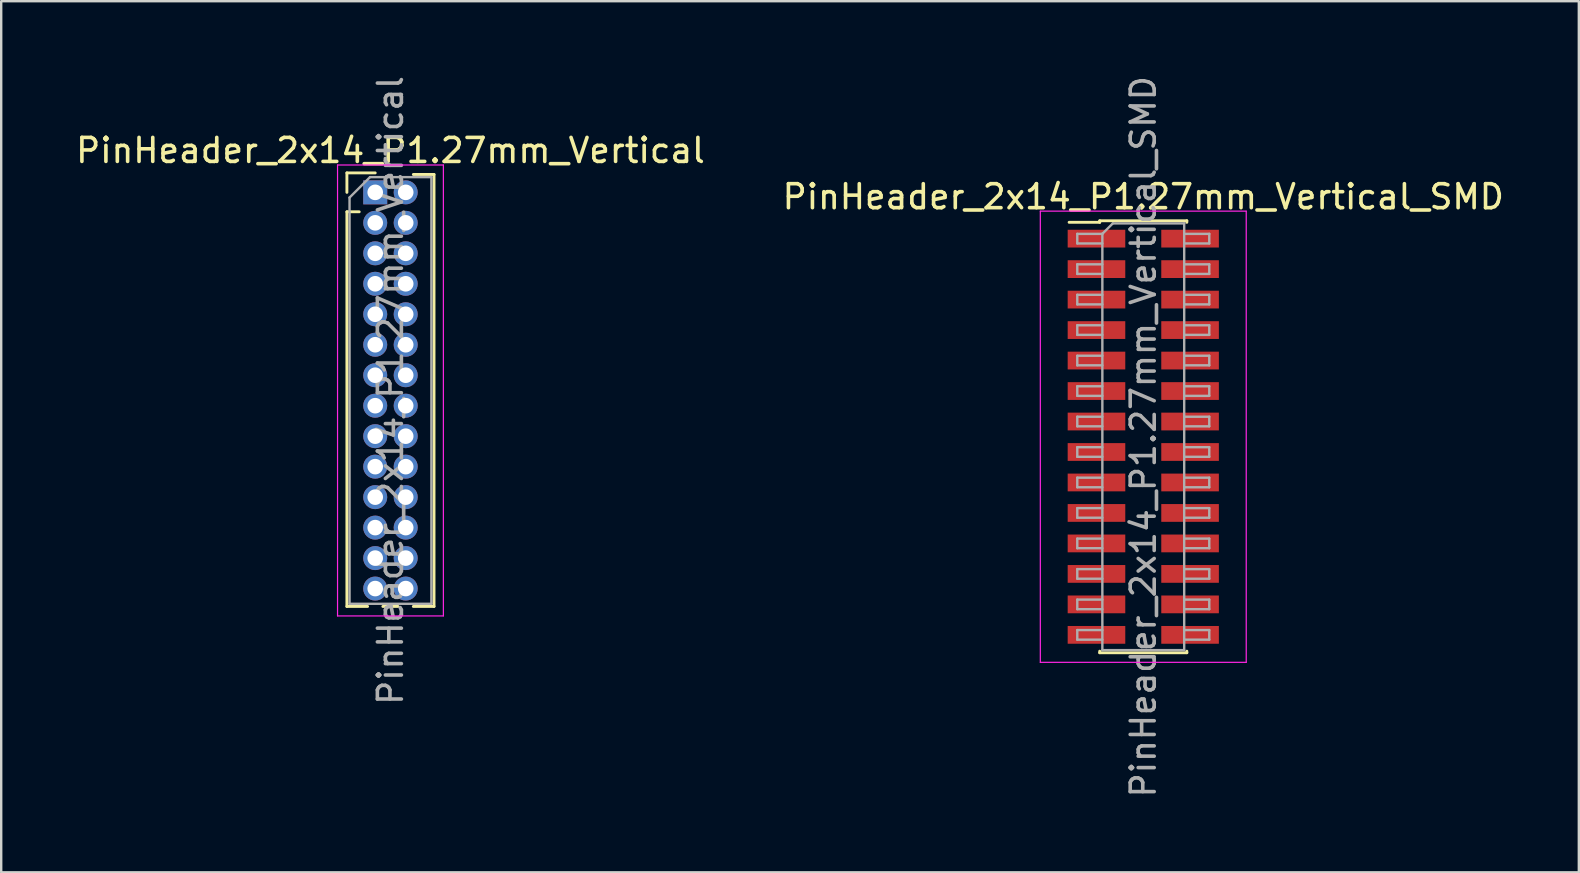
<source format=kicad_pcb>
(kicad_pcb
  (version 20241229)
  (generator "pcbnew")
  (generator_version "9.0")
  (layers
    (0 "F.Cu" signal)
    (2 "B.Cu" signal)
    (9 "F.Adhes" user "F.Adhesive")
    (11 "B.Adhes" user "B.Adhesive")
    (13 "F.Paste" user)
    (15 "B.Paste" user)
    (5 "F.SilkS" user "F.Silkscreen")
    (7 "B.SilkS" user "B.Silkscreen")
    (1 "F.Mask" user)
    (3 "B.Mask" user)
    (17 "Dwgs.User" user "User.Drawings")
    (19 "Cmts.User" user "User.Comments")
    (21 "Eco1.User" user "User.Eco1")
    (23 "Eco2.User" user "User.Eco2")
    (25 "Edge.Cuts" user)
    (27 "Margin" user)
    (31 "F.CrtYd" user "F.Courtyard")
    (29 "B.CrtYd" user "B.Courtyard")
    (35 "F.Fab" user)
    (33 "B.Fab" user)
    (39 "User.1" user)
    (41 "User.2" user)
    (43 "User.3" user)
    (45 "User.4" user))
  (footprint "PinHeader_2x14_P1.27mm_Vertical_SMD"
    (layer "F.Cu")
    (at 44.589 15.149)
    (property "Reference" "PinHeader_2x14_P1.27mm_Vertical_SMD" (at 0 -10 0) (layer "F.SilkS") (effects (font (size 1 1) (thickness 0.15))))
    (attr smd)
    (fp_line (start -3.09 -8.935) (end -1.815 -8.935) (stroke (width 0.12) (type solid)) (layer "F.SilkS"))
    (fp_line (start -1.815 -9) (end -1.815 -8.935) (stroke (width 0.12) (type solid)) (layer "F.SilkS"))
    (fp_line (start -1.815 -9) (end 1.815 -9) (stroke (width 0.12) (type solid)) (layer "F.SilkS"))
    (fp_line (start -1.815 8.935) (end -1.815 9) (stroke (width 0.12) (type solid)) (layer "F.SilkS"))
    (fp_line (start -1.815 9) (end 1.815 9) (stroke (width 0.12) (type solid)) (layer "F.SilkS"))
    (fp_line (start 1.815 -9) (end 1.815 -8.935) (stroke (width 0.12) (type solid)) (layer "F.SilkS"))
    (fp_line (start 1.815 8.935) (end 1.815 9) (stroke (width 0.12) (type solid)) (layer "F.SilkS"))
    (fp_line (start -4.29 -9.4) (end -4.29 9.4) (stroke (width 0.05) (type solid)) (layer "F.CrtYd"))
    (fp_line (start -4.29 9.4) (end 4.29 9.4) (stroke (width 0.05) (type solid)) (layer "F.CrtYd"))
    (fp_line (start 4.29 -9.4) (end -4.29 -9.4) (stroke (width 0.05) (type solid)) (layer "F.CrtYd"))
    (fp_line (start 4.29 9.4) (end 4.29 -9.4) (stroke (width 0.05) (type solid)) (layer "F.CrtYd"))
    (fp_line (start -2.75 -8.455) (end -2.75 -8.055) (stroke (width 0.1) (type solid)) (layer "F.Fab"))
    (fp_line (start -2.75 -8.055) (end -1.705 -8.055) (stroke (width 0.1) (type solid)) (layer "F.Fab"))
    (fp_line (start -2.75 -7.185) (end -2.75 -6.785) (stroke (width 0.1) (type solid)) (layer "F.Fab"))
    (fp_line (start -2.75 -6.785) (end -1.705 -6.785) (stroke (width 0.1) (type solid)) (layer "F.Fab"))
    (fp_line (start -2.75 -5.915) (end -2.75 -5.515) (stroke (width 0.1) (type solid)) (layer "F.Fab"))
    (fp_line (start -2.75 -5.515) (end -1.705 -5.515) (stroke (width 0.1) (type solid)) (layer "F.Fab"))
    (fp_line (start -2.75 -4.645) (end -2.75 -4.245) (stroke (width 0.1) (type solid)) (layer "F.Fab"))
    (fp_line (start -2.75 -4.245) (end -1.705 -4.245) (stroke (width 0.1) (type solid)) (layer "F.Fab"))
    (fp_line (start -2.75 -3.375) (end -2.75 -2.975) (stroke (width 0.1) (type solid)) (layer "F.Fab"))
    (fp_line (start -2.75 -2.975) (end -1.705 -2.975) (stroke (width 0.1) (type solid)) (layer "F.Fab"))
    (fp_line (start -2.75 -2.105) (end -2.75 -1.705) (stroke (width 0.1) (type solid)) (layer "F.Fab"))
    (fp_line (start -2.75 -1.705) (end -1.705 -1.705) (stroke (width 0.1) (type solid)) (layer "F.Fab"))
    (fp_line (start -2.75 -0.835) (end -2.75 -0.435) (stroke (width 0.1) (type solid)) (layer "F.Fab"))
    (fp_line (start -2.75 -0.435) (end -1.705 -0.435) (stroke (width 0.1) (type solid)) (layer "F.Fab"))
    (fp_line (start -2.75 0.435) (end -2.75 0.835) (stroke (width 0.1) (type solid)) (layer "F.Fab"))
    (fp_line (start -2.75 0.835) (end -1.705 0.835) (stroke (width 0.1) (type solid)) (layer "F.Fab"))
    (fp_line (start -2.75 1.705) (end -2.75 2.105) (stroke (width 0.1) (type solid)) (layer "F.Fab"))
    (fp_line (start -2.75 2.105) (end -1.705 2.105) (stroke (width 0.1) (type solid)) (layer "F.Fab"))
    (fp_line (start -2.75 2.975) (end -2.75 3.375) (stroke (width 0.1) (type solid)) (layer "F.Fab"))
    (fp_line (start -2.75 3.375) (end -1.705 3.375) (stroke (width 0.1) (type solid)) (layer "F.Fab"))
    (fp_line (start -2.75 4.245) (end -2.75 4.645) (stroke (width 0.1) (type solid)) (layer "F.Fab"))
    (fp_line (start -2.75 4.645) (end -1.705 4.645) (stroke (width 0.1) (type solid)) (layer "F.Fab"))
    (fp_line (start -2.75 5.515) (end -2.75 5.915) (stroke (width 0.1) (type solid)) (layer "F.Fab"))
    (fp_line (start -2.75 5.915) (end -1.705 5.915) (stroke (width 0.1) (type solid)) (layer "F.Fab"))
    (fp_line (start -2.75 6.785) (end -2.75 7.185) (stroke (width 0.1) (type solid)) (layer "F.Fab"))
    (fp_line (start -2.75 7.185) (end -1.705 7.185) (stroke (width 0.1) (type solid)) (layer "F.Fab"))
    (fp_line (start -2.75 8.055) (end -2.75 8.455) (stroke (width 0.1) (type solid)) (layer "F.Fab"))
    (fp_line (start -2.75 8.455) (end -1.705 8.455) (stroke (width 0.1) (type solid)) (layer "F.Fab"))
    (fp_line (start -1.705 -8.455) (end -2.75 -8.455) (stroke (width 0.1) (type solid)) (layer "F.Fab"))
    (fp_line (start -1.705 -8.455) (end -1.27 -8.89) (stroke (width 0.1) (type solid)) (layer "F.Fab"))
    (fp_line (start -1.705 -7.185) (end -2.75 -7.185) (stroke (width 0.1) (type solid)) (layer "F.Fab"))
    (fp_line (start -1.705 -5.915) (end -2.75 -5.915) (stroke (width 0.1) (type solid)) (layer "F.Fab"))
    (fp_line (start -1.705 -4.645) (end -2.75 -4.645) (stroke (width 0.1) (type solid)) (layer "F.Fab"))
    (fp_line (start -1.705 -3.375) (end -2.75 -3.375) (stroke (width 0.1) (type solid)) (layer "F.Fab"))
    (fp_line (start -1.705 -2.105) (end -2.75 -2.105) (stroke (width 0.1) (type solid)) (layer "F.Fab"))
    (fp_line (start -1.705 -0.835) (end -2.75 -0.835) (stroke (width 0.1) (type solid)) (layer "F.Fab"))
    (fp_line (start -1.705 0.435) (end -2.75 0.435) (stroke (width 0.1) (type solid)) (layer "F.Fab"))
    (fp_line (start -1.705 1.705) (end -2.75 1.705) (stroke (width 0.1) (type solid)) (layer "F.Fab"))
    (fp_line (start -1.705 2.975) (end -2.75 2.975) (stroke (width 0.1) (type solid)) (layer "F.Fab"))
    (fp_line (start -1.705 4.245) (end -2.75 4.245) (stroke (width 0.1) (type solid)) (layer "F.Fab"))
    (fp_line (start -1.705 5.515) (end -2.75 5.515) (stroke (width 0.1) (type solid)) (layer "F.Fab"))
    (fp_line (start -1.705 6.785) (end -2.75 6.785) (stroke (width 0.1) (type solid)) (layer "F.Fab"))
    (fp_line (start -1.705 8.055) (end -2.75 8.055) (stroke (width 0.1) (type solid)) (layer "F.Fab"))
    (fp_line (start -1.705 8.89) (end -1.705 -8.455) (stroke (width 0.1) (type solid)) (layer "F.Fab"))
    (fp_line (start -1.27 -8.89) (end 1.705 -8.89) (stroke (width 0.1) (type solid)) (layer "F.Fab"))
    (fp_line (start 1.705 -8.89) (end 1.705 8.89) (stroke (width 0.1) (type solid)) (layer "F.Fab"))
    (fp_line (start 1.705 -8.455) (end 2.75 -8.455) (stroke (width 0.1) (type solid)) (layer "F.Fab"))
    (fp_line (start 1.705 -7.185) (end 2.75 -7.185) (stroke (width 0.1) (type solid)) (layer "F.Fab"))
    (fp_line (start 1.705 -5.915) (end 2.75 -5.915) (stroke (width 0.1) (type solid)) (layer "F.Fab"))
    (fp_line (start 1.705 -4.645) (end 2.75 -4.645) (stroke (width 0.1) (type solid)) (layer "F.Fab"))
    (fp_line (start 1.705 -3.375) (end 2.75 -3.375) (stroke (width 0.1) (type solid)) (layer "F.Fab"))
    (fp_line (start 1.705 -2.105) (end 2.75 -2.105) (stroke (width 0.1) (type solid)) (layer "F.Fab"))
    (fp_line (start 1.705 -0.835) (end 2.75 -0.835) (stroke (width 0.1) (type solid)) (layer "F.Fab"))
    (fp_line (start 1.705 0.435) (end 2.75 0.435) (stroke (width 0.1) (type solid)) (layer "F.Fab"))
    (fp_line (start 1.705 1.705) (end 2.75 1.705) (stroke (width 0.1) (type solid)) (layer "F.Fab"))
    (fp_line (start 1.705 2.975) (end 2.75 2.975) (stroke (width 0.1) (type solid)) (layer "F.Fab"))
    (fp_line (start 1.705 4.245) (end 2.75 4.245) (stroke (width 0.1) (type solid)) (layer "F.Fab"))
    (fp_line (start 1.705 5.515) (end 2.75 5.515) (stroke (width 0.1) (type solid)) (layer "F.Fab"))
    (fp_line (start 1.705 6.785) (end 2.75 6.785) (stroke (width 0.1) (type solid)) (layer "F.Fab"))
    (fp_line (start 1.705 8.055) (end 2.75 8.055) (stroke (width 0.1) (type solid)) (layer "F.Fab"))
    (fp_line (start 1.705 8.89) (end -1.705 8.89) (stroke (width 0.1) (type solid)) (layer "F.Fab"))
    (fp_line (start 2.75 -8.455) (end 2.75 -8.055) (stroke (width 0.1) (type solid)) (layer "F.Fab"))
    (fp_line (start 2.75 -8.055) (end 1.705 -8.055) (stroke (width 0.1) (type solid)) (layer "F.Fab"))
    (fp_line (start 2.75 -7.185) (end 2.75 -6.785) (stroke (width 0.1) (type solid)) (layer "F.Fab"))
    (fp_line (start 2.75 -6.785) (end 1.705 -6.785) (stroke (width 0.1) (type solid)) (layer "F.Fab"))
    (fp_line (start 2.75 -5.915) (end 2.75 -5.515) (stroke (width 0.1) (type solid)) (layer "F.Fab"))
    (fp_line (start 2.75 -5.515) (end 1.705 -5.515) (stroke (width 0.1) (type solid)) (layer "F.Fab"))
    (fp_line (start 2.75 -4.645) (end 2.75 -4.245) (stroke (width 0.1) (type solid)) (layer "F.Fab"))
    (fp_line (start 2.75 -4.245) (end 1.705 -4.245) (stroke (width 0.1) (type solid)) (layer "F.Fab"))
    (fp_line (start 2.75 -3.375) (end 2.75 -2.975) (stroke (width 0.1) (type solid)) (layer "F.Fab"))
    (fp_line (start 2.75 -2.975) (end 1.705 -2.975) (stroke (width 0.1) (type solid)) (layer "F.Fab"))
    (fp_line (start 2.75 -2.105) (end 2.75 -1.705) (stroke (width 0.1) (type solid)) (layer "F.Fab"))
    (fp_line (start 2.75 -1.705) (end 1.705 -1.705) (stroke (width 0.1) (type solid)) (layer "F.Fab"))
    (fp_line (start 2.75 -0.835) (end 2.75 -0.435) (stroke (width 0.1) (type solid)) (layer "F.Fab"))
    (fp_line (start 2.75 -0.435) (end 1.705 -0.435) (stroke (width 0.1) (type solid)) (layer "F.Fab"))
    (fp_line (start 2.75 0.435) (end 2.75 0.835) (stroke (width 0.1) (type solid)) (layer "F.Fab"))
    (fp_line (start 2.75 0.835) (end 1.705 0.835) (stroke (width 0.1) (type solid)) (layer "F.Fab"))
    (fp_line (start 2.75 1.705) (end 2.75 2.105) (stroke (width 0.1) (type solid)) (layer "F.Fab"))
    (fp_line (start 2.75 2.105) (end 1.705 2.105) (stroke (width 0.1) (type solid)) (layer "F.Fab"))
    (fp_line (start 2.75 2.975) (end 2.75 3.375) (stroke (width 0.1) (type solid)) (layer "F.Fab"))
    (fp_line (start 2.75 3.375) (end 1.705 3.375) (stroke (width 0.1) (type solid)) (layer "F.Fab"))
    (fp_line (start 2.75 4.245) (end 2.75 4.645) (stroke (width 0.1) (type solid)) (layer "F.Fab"))
    (fp_line (start 2.75 4.645) (end 1.705 4.645) (stroke (width 0.1) (type solid)) (layer "F.Fab"))
    (fp_line (start 2.75 5.515) (end 2.75 5.915) (stroke (width 0.1) (type solid)) (layer "F.Fab"))
    (fp_line (start 2.75 5.915) (end 1.705 5.915) (stroke (width 0.1) (type solid)) (layer "F.Fab"))
    (fp_line (start 2.75 6.785) (end 2.75 7.185) (stroke (width 0.1) (type solid)) (layer "F.Fab"))
    (fp_line (start 2.75 7.185) (end 1.705 7.185) (stroke (width 0.1) (type solid)) (layer "F.Fab"))
    (fp_line (start 2.75 8.055) (end 2.75 8.455) (stroke (width 0.1) (type solid)) (layer "F.Fab"))
    (fp_line (start 2.75 8.455) (end 1.705 8.455) (stroke (width 0.1) (type solid)) (layer "F.Fab"))
    (fp_text user "${REFERENCE}" (at 0 0 90) (layer "F.Fab") (effects (font (size 1 1) (thickness 0.15))))
    (pad "1" smd rect (at -1.95 -8.255) (size 2.4 0.74) (layers "F.Cu" "F.Mask" "F.Paste"))
    (pad "2" smd rect (at 1.95 -8.255) (size 2.4 0.74) (layers "F.Cu" "F.Mask" "F.Paste"))
    (pad "3" smd rect (at -1.95 -6.985) (size 2.4 0.74) (layers "F.Cu" "F.Mask" "F.Paste"))
    (pad "4" smd rect (at 1.95 -6.985) (size 2.4 0.74) (layers "F.Cu" "F.Mask" "F.Paste"))
    (pad "5" smd rect (at -1.95 -5.715) (size 2.4 0.74) (layers "F.Cu" "F.Mask" "F.Paste"))
    (pad "6" smd rect (at 1.95 -5.715) (size 2.4 0.74) (layers "F.Cu" "F.Mask" "F.Paste"))
    (pad "7" smd rect (at -1.95 -4.445) (size 2.4 0.74) (layers "F.Cu" "F.Mask" "F.Paste"))
    (pad "8" smd rect (at 1.95 -4.445) (size 2.4 0.74) (layers "F.Cu" "F.Mask" "F.Paste"))
    (pad "9" smd rect (at -1.95 -3.175) (size 2.4 0.74) (layers "F.Cu" "F.Mask" "F.Paste"))
    (pad "10" smd rect (at 1.95 -3.175) (size 2.4 0.74) (layers "F.Cu" "F.Mask" "F.Paste"))
    (pad "11" smd rect (at -1.95 -1.905) (size 2.4 0.74) (layers "F.Cu" "F.Mask" "F.Paste"))
    (pad "12" smd rect (at 1.95 -1.905) (size 2.4 0.74) (layers "F.Cu" "F.Mask" "F.Paste"))
    (pad "13" smd rect (at -1.95 -0.635) (size 2.4 0.74) (layers "F.Cu" "F.Mask" "F.Paste"))
    (pad "14" smd rect (at 1.95 -0.635) (size 2.4 0.74) (layers "F.Cu" "F.Mask" "F.Paste"))
    (pad "15" smd rect (at -1.95 0.635) (size 2.4 0.74) (layers "F.Cu" "F.Mask" "F.Paste"))
    (pad "16" smd rect (at 1.95 0.635) (size 2.4 0.74) (layers "F.Cu" "F.Mask" "F.Paste"))
    (pad "17" smd rect (at -1.95 1.905) (size 2.4 0.74) (layers "F.Cu" "F.Mask" "F.Paste"))
    (pad "18" smd rect (at 1.95 1.905) (size 2.4 0.74) (layers "F.Cu" "F.Mask" "F.Paste"))
    (pad "19" smd rect (at -1.95 3.175) (size 2.4 0.74) (layers "F.Cu" "F.Mask" "F.Paste"))
    (pad "20" smd rect (at 1.95 3.175) (size 2.4 0.74) (layers "F.Cu" "F.Mask" "F.Paste"))
    (pad "21" smd rect (at -1.95 4.445) (size 2.4 0.74) (layers "F.Cu" "F.Mask" "F.Paste"))
    (pad "22" smd rect (at 1.95 4.445) (size 2.4 0.74) (layers "F.Cu" "F.Mask" "F.Paste"))
    (pad "23" smd rect (at -1.95 5.715) (size 2.4 0.74) (layers "F.Cu" "F.Mask" "F.Paste"))
    (pad "24" smd rect (at 1.95 5.715) (size 2.4 0.74) (layers "F.Cu" "F.Mask" "F.Paste"))
    (pad "25" smd rect (at -1.95 6.985) (size 2.4 0.74) (layers "F.Cu" "F.Mask" "F.Paste"))
    (pad "26" smd rect (at 1.95 6.985) (size 2.4 0.74) (layers "F.Cu" "F.Mask" "F.Paste"))
    (pad "27" smd rect (at -1.95 8.255) (size 2.4 0.74) (layers "F.Cu" "F.Mask" "F.Paste"))
    (pad "28" smd rect (at 1.95 8.255) (size 2.4 0.74) (layers "F.Cu" "F.Mask" "F.Paste")))
  (footprint "PinHeader_2x14_P1.27mm_Vertical"
    (layer "F.Cu")
    (at 12.585 4.965)
    (property "Reference" "PinHeader_2x14_P1.27mm_Vertical" (at 0.635 -1.745 0) (layer "F.SilkS") (effects (font (size 1 1) (thickness 0.15))))
    (attr through_hole)
    (fp_line (start -1.18 -0.81) (end 0 -0.81) (stroke (width 0.12) (type solid)) (layer "F.SilkS"))
    (fp_line (start -1.18 0) (end -1.18 -0.81) (stroke (width 0.12) (type solid)) (layer "F.SilkS"))
    (fp_line (start -1.18 0.81) (end -1.18 17.255) (stroke (width 0.12) (type solid)) (layer "F.SilkS"))
    (fp_line (start -1.18 0.81) (end -0.667 0.81) (stroke (width 0.12) (type solid)) (layer "F.SilkS"))
    (fp_line (start -1.18 17.255) (end -0.318 17.255) (stroke (width 0.12) (type solid)) (layer "F.SilkS"))
    (fp_line (start 0.318 17.255) (end 0.952 17.255) (stroke (width 0.12) (type solid)) (layer "F.SilkS"))
    (fp_line (start 1.588 -0.745) (end 2.45 -0.745) (stroke (width 0.12) (type solid)) (layer "F.SilkS"))
    (fp_line (start 1.588 17.255) (end 2.45 17.255) (stroke (width 0.12) (type solid)) (layer "F.SilkS"))
    (fp_line (start 2.45 -0.745) (end 2.45 17.255) (stroke (width 0.12) (type solid)) (layer "F.SilkS"))
    (fp_line (start -1.57 -1.14) (end -1.57 17.65) (stroke (width 0.05) (type solid)) (layer "F.CrtYd"))
    (fp_line (start -1.57 17.65) (end 2.84 17.65) (stroke (width 0.05) (type solid)) (layer "F.CrtYd"))
    (fp_line (start 2.84 -1.14) (end -1.57 -1.14) (stroke (width 0.05) (type solid)) (layer "F.CrtYd"))
    (fp_line (start 2.84 17.65) (end 2.84 -1.14) (stroke (width 0.05) (type solid)) (layer "F.CrtYd"))
    (fp_line (start -1.07 0.217) (end -0.217 -0.635) (stroke (width 0.1) (type solid)) (layer "F.Fab"))
    (fp_line (start -1.07 17.145) (end -1.07 0.217) (stroke (width 0.1) (type solid)) (layer "F.Fab"))
    (fp_line (start -0.217 -0.635) (end 2.34 -0.635) (stroke (width 0.1) (type solid)) (layer "F.Fab"))
    (fp_line (start 2.34 -0.635) (end 2.34 17.145) (stroke (width 0.1) (type solid)) (layer "F.Fab"))
    (fp_line (start 2.34 17.145) (end -1.07 17.145) (stroke (width 0.1) (type solid)) (layer "F.Fab"))
    (fp_text user "${REFERENCE}" (at 0.635 8.255 90) (layer "F.Fab") (effects (font (size 1 1) (thickness 0.15))))
    (pad "1" thru_hole rect (at 0 0) (size 1 1) (drill 0.65) (layers "*.Cu" "*.Mask"))
    (pad "2" thru_hole circle (at 1.27 0) (size 1 1) (drill 0.65) (layers "*.Cu" "*.Mask"))
    (pad "3" thru_hole circle (at 0 1.27) (size 1 1) (drill 0.65) (layers "*.Cu" "*.Mask"))
    (pad "4" thru_hole circle (at 1.27 1.27) (size 1 1) (drill 0.65) (layers "*.Cu" "*.Mask"))
    (pad "5" thru_hole circle (at 0 2.54) (size 1 1) (drill 0.65) (layers "*.Cu" "*.Mask"))
    (pad "6" thru_hole circle (at 1.27 2.54) (size 1 1) (drill 0.65) (layers "*.Cu" "*.Mask"))
    (pad "7" thru_hole circle (at 0 3.81) (size 1 1) (drill 0.65) (layers "*.Cu" "*.Mask"))
    (pad "8" thru_hole circle (at 1.27 3.81) (size 1 1) (drill 0.65) (layers "*.Cu" "*.Mask"))
    (pad "9" thru_hole circle (at 0 5.08) (size 1 1) (drill 0.65) (layers "*.Cu" "*.Mask"))
    (pad "10" thru_hole circle (at 1.27 5.08) (size 1 1) (drill 0.65) (layers "*.Cu" "*.Mask"))
    (pad "11" thru_hole circle (at 0 6.35) (size 1 1) (drill 0.65) (layers "*.Cu" "*.Mask"))
    (pad "12" thru_hole circle (at 1.27 6.35) (size 1 1) (drill 0.65) (layers "*.Cu" "*.Mask"))
    (pad "13" thru_hole circle (at 0 7.62) (size 1 1) (drill 0.65) (layers "*.Cu" "*.Mask"))
    (pad "14" thru_hole circle (at 1.27 7.62) (size 1 1) (drill 0.65) (layers "*.Cu" "*.Mask"))
    (pad "15" thru_hole circle (at 0 8.89) (size 1 1) (drill 0.65) (layers "*.Cu" "*.Mask"))
    (pad "16" thru_hole circle (at 1.27 8.89) (size 1 1) (drill 0.65) (layers "*.Cu" "*.Mask"))
    (pad "17" thru_hole circle (at 0 10.16) (size 1 1) (drill 0.65) (layers "*.Cu" "*.Mask"))
    (pad "18" thru_hole circle (at 1.27 10.16) (size 1 1) (drill 0.65) (layers "*.Cu" "*.Mask"))
    (pad "19" thru_hole circle (at 0 11.43) (size 1 1) (drill 0.65) (layers "*.Cu" "*.Mask"))
    (pad "20" thru_hole circle (at 1.27 11.43) (size 1 1) (drill 0.65) (layers "*.Cu" "*.Mask"))
    (pad "21" thru_hole circle (at 0 12.7) (size 1 1) (drill 0.65) (layers "*.Cu" "*.Mask"))
    (pad "22" thru_hole circle (at 1.27 12.7) (size 1 1) (drill 0.65) (layers "*.Cu" "*.Mask"))
    (pad "23" thru_hole circle (at 0 13.97) (size 1 1) (drill 0.65) (layers "*.Cu" "*.Mask"))
    (pad "24" thru_hole circle (at 1.27 13.97) (size 1 1) (drill 0.65) (layers "*.Cu" "*.Mask"))
    (pad "25" thru_hole circle (at 0 15.24) (size 1 1) (drill 0.65) (layers "*.Cu" "*.Mask"))
    (pad "26" thru_hole circle (at 1.27 15.24) (size 1 1) (drill 0.65) (layers "*.Cu" "*.Mask"))
    (pad "27" thru_hole circle (at 0 16.51) (size 1 1) (drill 0.65) (layers "*.Cu" "*.Mask"))
    (pad "28" thru_hole circle (at 1.27 16.51) (size 1 1) (drill 0.65) (layers "*.Cu" "*.Mask")))
  (gr_rect
    (start -3 -3)
    (end 62.738 33.298)
    (stroke (width 0.1) (type default))
    (fill no)
    (layer "Edge.Cuts")))
</source>
